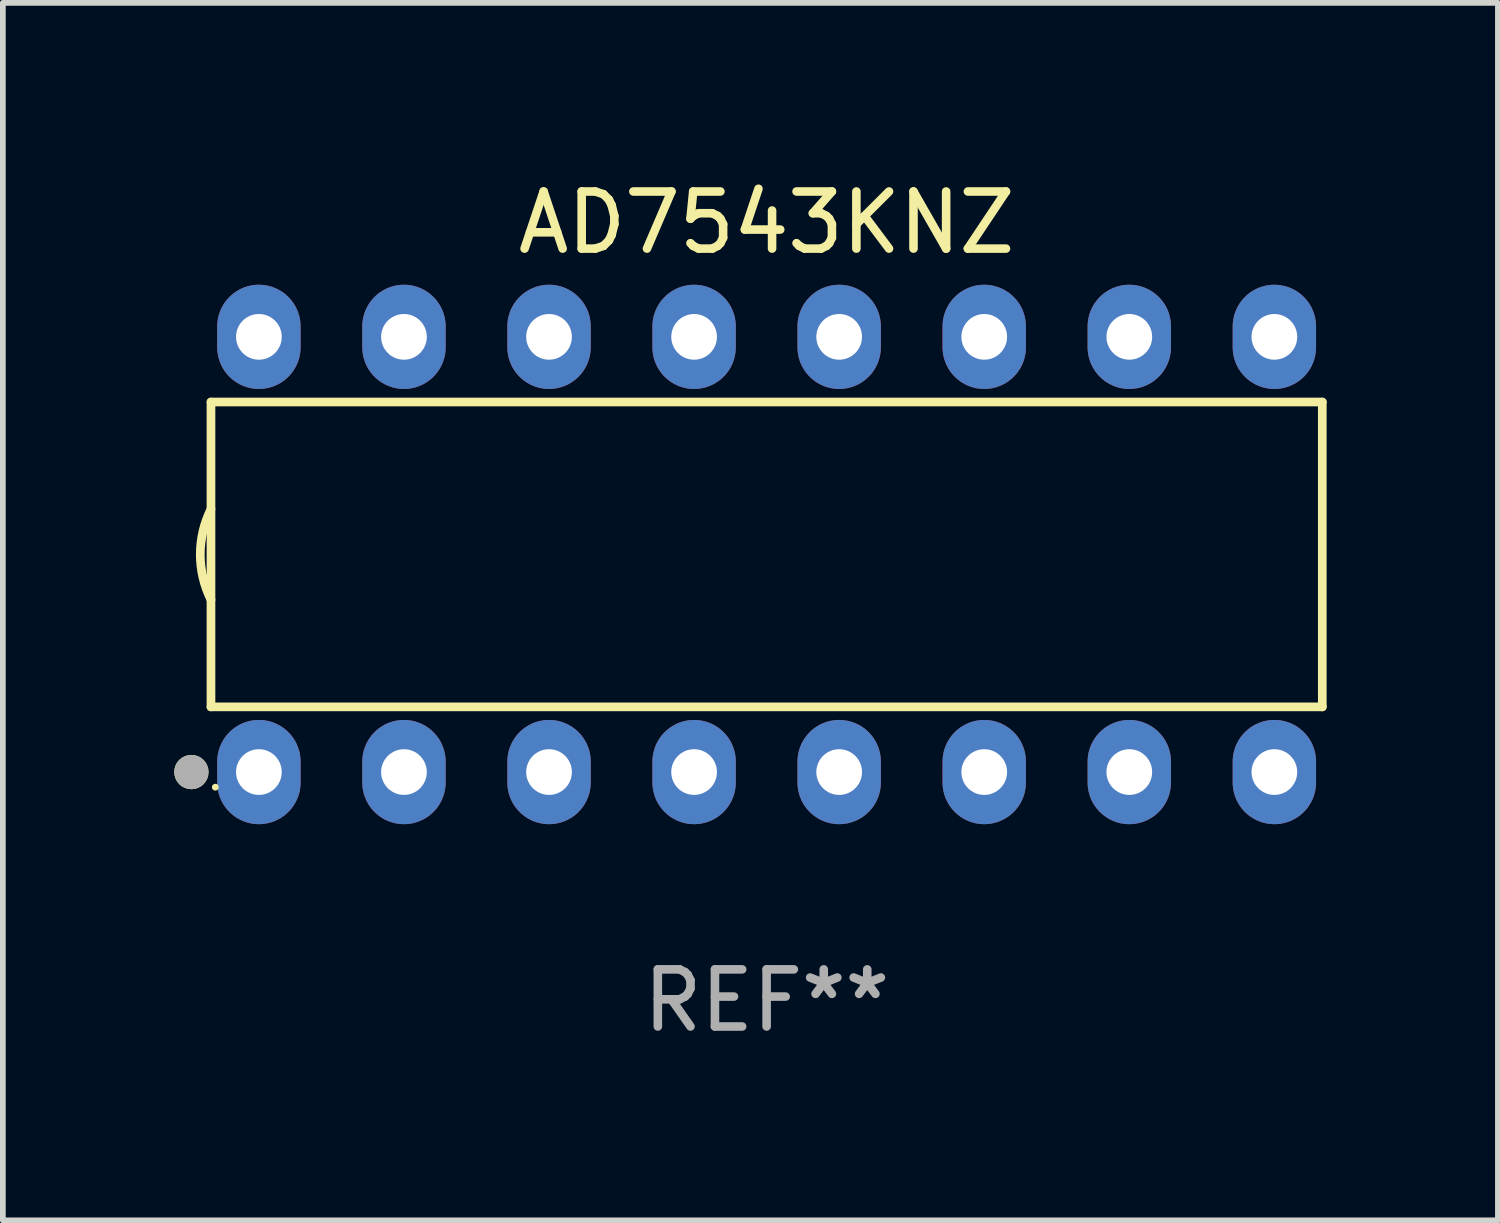
<source format=kicad_pcb>
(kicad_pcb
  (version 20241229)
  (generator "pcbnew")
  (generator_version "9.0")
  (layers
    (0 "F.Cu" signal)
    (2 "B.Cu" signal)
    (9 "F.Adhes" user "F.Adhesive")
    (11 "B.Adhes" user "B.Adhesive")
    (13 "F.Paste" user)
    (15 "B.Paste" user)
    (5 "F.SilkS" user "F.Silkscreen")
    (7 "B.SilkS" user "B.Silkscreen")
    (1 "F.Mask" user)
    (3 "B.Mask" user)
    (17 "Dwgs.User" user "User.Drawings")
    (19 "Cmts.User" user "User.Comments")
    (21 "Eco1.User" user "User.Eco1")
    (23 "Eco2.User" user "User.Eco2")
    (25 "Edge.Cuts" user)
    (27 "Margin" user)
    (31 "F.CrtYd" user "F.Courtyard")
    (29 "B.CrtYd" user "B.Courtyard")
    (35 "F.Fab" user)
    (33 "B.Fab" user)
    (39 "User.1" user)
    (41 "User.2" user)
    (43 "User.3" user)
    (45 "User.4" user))
  (footprint "AD7543KNZ"
    (layer "F.Cu")
    (at 10.373 6.658)
    (property "Reference" "AD7543KNZ" (at 0 -5.81 0) (layer "F.SilkS") (effects (font (size 1 1) (thickness 0.15))))
    (attr through_hole)
    (fp_line (start -9.729 -2.669) (end 9.729 -2.669) (stroke (width 0.152) (type solid)) (layer "F.SilkS"))
    (fp_line (start -9.729 2.669) (end -9.729 -2.669) (stroke (width 0.152) (type solid)) (layer "F.SilkS"))
    (fp_line (start 9.729 -2.669) (end 9.729 2.669) (stroke (width 0.152) (type solid)) (layer "F.SilkS"))
    (fp_line (start 9.729 2.669) (end -9.729 2.669) (stroke (width 0.152) (type solid)) (layer "F.SilkS"))
    (fp_arc (start -9.728727 0.793751) (mid -9.916106 0) (end -9.728727 -0.793752) (stroke (width 0.1524) (type solid)) (layer "F.SilkS"))
    (fp_circle (center -10.072 3.81) (end -9.922 3.81) (stroke (width 0.3) (type solid)) (fill no) (layer "F.SilkS"))
    (fp_circle (center -9.653 4.075) (end -9.623 4.075) (stroke (width 0.06) (type solid)) (fill no) (layer "F.SilkS"))
    (fp_circle (center -10.072 3.81) (end -9.922 3.81) (stroke (width 0.3) (type solid)) (fill no) (layer "F.Fab"))
    (fp_text user "REF**" (at 0 7.81 0) (layer "F.Fab") (effects (font (size 1 1) (thickness 0.15))))
    (pad "1" thru_hole oval (at -8.89 3.81) (size 1.46 1.825) (drill 0.8) (layers "*.Cu" "*.Mask"))
    (pad "2" thru_hole oval (at -6.35 3.81) (size 1.46 1.825) (drill 0.8) (layers "*.Cu" "*.Mask"))
    (pad "3" thru_hole oval (at -3.81 3.81) (size 1.46 1.825) (drill 0.8) (layers "*.Cu" "*.Mask"))
    (pad "4" thru_hole oval (at -1.27 3.81) (size 1.46 1.825) (drill 0.8) (layers "*.Cu" "*.Mask"))
    (pad "5" thru_hole oval (at 1.27 3.81) (size 1.46 1.825) (drill 0.8) (layers "*.Cu" "*.Mask"))
    (pad "6" thru_hole oval (at 3.81 3.81) (size 1.46 1.825) (drill 0.8) (layers "*.Cu" "*.Mask"))
    (pad "7" thru_hole oval (at 6.35 3.81) (size 1.46 1.825) (drill 0.8) (layers "*.Cu" "*.Mask"))
    (pad "8" thru_hole oval (at 8.89 3.81) (size 1.46 1.825) (drill 0.8) (layers "*.Cu" "*.Mask"))
    (pad "9" thru_hole oval (at 8.89 -3.81) (size 1.46 1.825) (drill 0.8) (layers "*.Cu" "*.Mask"))
    (pad "10" thru_hole oval (at 6.35 -3.81) (size 1.46 1.825) (drill 0.8) (layers "*.Cu" "*.Mask"))
    (pad "11" thru_hole oval (at 3.81 -3.81) (size 1.46 1.825) (drill 0.8) (layers "*.Cu" "*.Mask"))
    (pad "12" thru_hole oval (at 1.27 -3.81) (size 1.46 1.825) (drill 0.8) (layers "*.Cu" "*.Mask"))
    (pad "13" thru_hole oval (at -1.27 -3.81) (size 1.46 1.825) (drill 0.8) (layers "*.Cu" "*.Mask"))
    (pad "14" thru_hole oval (at -3.81 -3.81) (size 1.46 1.825) (drill 0.8) (layers "*.Cu" "*.Mask"))
    (pad "15" thru_hole oval (at -6.35 -3.81) (size 1.46 1.825) (drill 0.8) (layers "*.Cu" "*.Mask"))
    (pad "16" thru_hole oval (at -8.89 -3.81) (size 1.46 1.825) (drill 0.8) (layers "*.Cu" "*.Mask")))
  (gr_rect
    (start -3 -3)
    (end 23.177 18.317)
    (stroke (width 0.1) (type default))
    (fill no)
    (layer "Edge.Cuts")))
</source>
